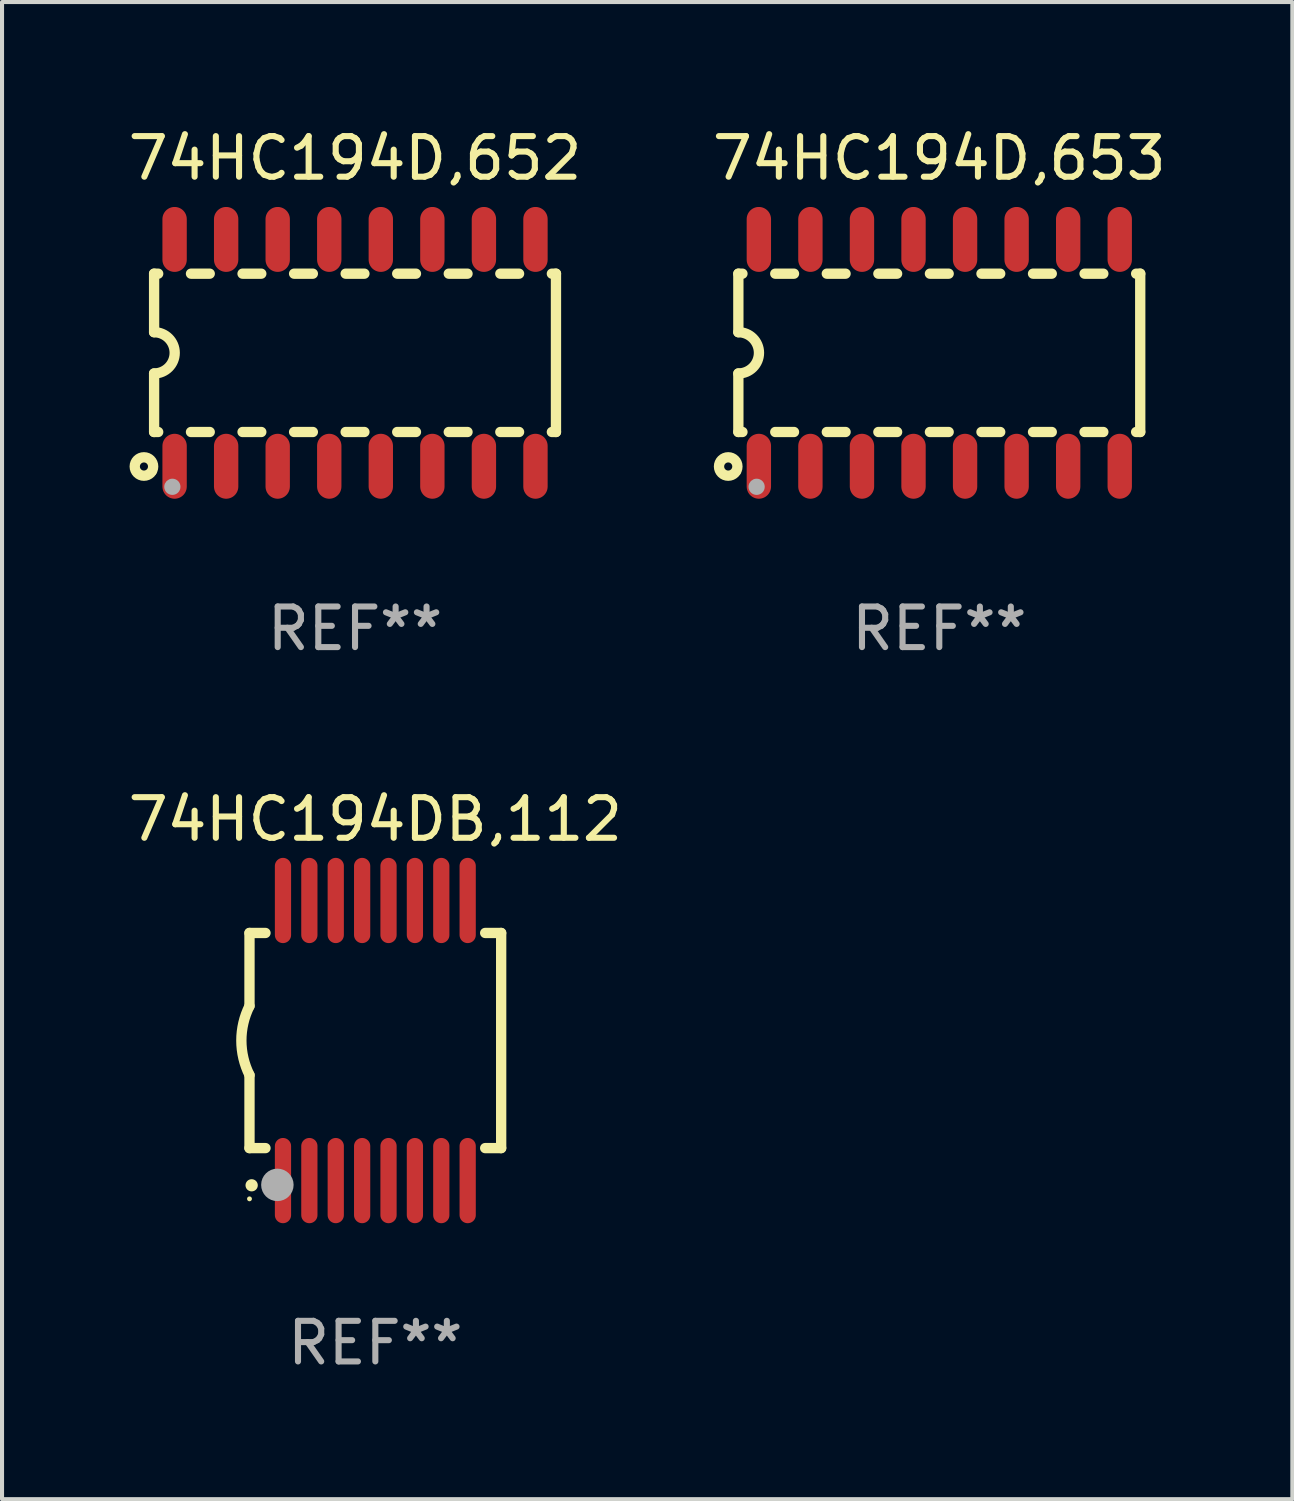
<source format=kicad_pcb>
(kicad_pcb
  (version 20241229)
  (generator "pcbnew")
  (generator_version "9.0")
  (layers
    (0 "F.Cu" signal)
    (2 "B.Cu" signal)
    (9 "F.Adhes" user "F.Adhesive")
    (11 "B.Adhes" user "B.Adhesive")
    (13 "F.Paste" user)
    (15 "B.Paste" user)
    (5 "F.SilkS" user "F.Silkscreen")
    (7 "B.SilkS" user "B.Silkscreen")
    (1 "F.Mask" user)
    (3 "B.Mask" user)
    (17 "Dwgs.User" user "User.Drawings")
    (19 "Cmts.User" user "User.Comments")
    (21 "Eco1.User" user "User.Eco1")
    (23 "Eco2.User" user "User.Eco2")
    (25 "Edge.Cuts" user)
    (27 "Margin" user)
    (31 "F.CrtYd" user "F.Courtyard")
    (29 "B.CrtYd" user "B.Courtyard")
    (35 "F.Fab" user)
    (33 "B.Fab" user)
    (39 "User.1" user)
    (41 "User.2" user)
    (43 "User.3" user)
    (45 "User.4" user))
  (footprint "74HC194D,652"
    (layer "F.Cu")
    (at 5.696 5.642)
    (property "Reference" "74HC194D,652" (at 0 -4.794 0) (layer "F.SilkS") (effects (font (size 1 1) (thickness 0.15))))
    (attr through_hole)
    (fp_line (start -4.95 -1.95) (end -4.95 -0.508) (stroke (width 0.254) (type solid)) (layer "F.SilkS"))
    (fp_line (start -4.95 -1.95) (end -4.849 -1.95) (stroke (width 0.254) (type solid)) (layer "F.SilkS"))
    (fp_line (start -4.95 1.95) (end -4.95 0.508) (stroke (width 0.254) (type solid)) (layer "F.SilkS"))
    (fp_line (start -4.95 1.95) (end -4.849 1.95) (stroke (width 0.254) (type solid)) (layer "F.SilkS"))
    (fp_line (start -4.041 -1.95) (end -3.579 -1.95) (stroke (width 0.254) (type solid)) (layer "F.SilkS"))
    (fp_line (start -4.041 1.95) (end -3.579 1.95) (stroke (width 0.254) (type solid)) (layer "F.SilkS"))
    (fp_line (start -2.771 -1.95) (end -2.309 -1.95) (stroke (width 0.254) (type solid)) (layer "F.SilkS"))
    (fp_line (start -2.771 1.95) (end -2.309 1.95) (stroke (width 0.254) (type solid)) (layer "F.SilkS"))
    (fp_line (start -1.501 -1.95) (end -1.039 -1.95) (stroke (width 0.254) (type solid)) (layer "F.SilkS"))
    (fp_line (start -1.501 1.95) (end -1.039 1.95) (stroke (width 0.254) (type solid)) (layer "F.SilkS"))
    (fp_line (start -0.231 -1.95) (end 0.231 -1.95) (stroke (width 0.254) (type solid)) (layer "F.SilkS"))
    (fp_line (start -0.231 1.95) (end 0.231 1.95) (stroke (width 0.254) (type solid)) (layer "F.SilkS"))
    (fp_line (start 1.039 -1.95) (end 1.501 -1.95) (stroke (width 0.254) (type solid)) (layer "F.SilkS"))
    (fp_line (start 1.039 1.95) (end 1.501 1.95) (stroke (width 0.254) (type solid)) (layer "F.SilkS"))
    (fp_line (start 2.309 -1.95) (end 2.771 -1.95) (stroke (width 0.254) (type solid)) (layer "F.SilkS"))
    (fp_line (start 2.309 1.95) (end 2.771 1.95) (stroke (width 0.254) (type solid)) (layer "F.SilkS"))
    (fp_line (start 3.579 -1.95) (end 4.041 -1.95) (stroke (width 0.254) (type solid)) (layer "F.SilkS"))
    (fp_line (start 3.579 1.95) (end 4.041 1.95) (stroke (width 0.254) (type solid)) (layer "F.SilkS"))
    (fp_line (start 4.849 -1.95) (end 4.95 -1.95) (stroke (width 0.254) (type solid)) (layer "F.SilkS"))
    (fp_line (start 4.849 1.95) (end 4.95 1.95) (stroke (width 0.254) (type solid)) (layer "F.SilkS"))
    (fp_line (start 4.95 -1.95) (end 4.95 1.95) (stroke (width 0.254) (type solid)) (layer "F.SilkS"))
    (fp_arc (start -4.95047 -0.508001) (mid -4.442469 -0.000228) (end -4.950013 0.508001) (stroke (width 0.254001) (type solid)) (layer "F.SilkS"))
    (fp_circle (center -5.2 2.8) (end -5.1 2.8) (stroke (width 0.254) (type solid)) (fill no) (layer "F.SilkS"))
    (fp_circle (center -4.95 2.947) (end -4.92 2.947) (stroke (width 0.06) (type solid)) (fill no) (layer "F.SilkS"))
    (fp_circle (center -4.5 3.3) (end -4.4 3.3) (stroke (width 0.2) (type solid)) (fill no) (layer "F.Fab"))
    (fp_text user "REF**" (at 0 6.794 0) (layer "F.Fab") (effects (font (size 1 1) (thickness 0.15))))
    (pad "1" smd oval (at -4.445 2.794) (size 0.6 1.6) (layers "F.Cu" "F.Mask" "F.Paste"))
    (pad "2" smd oval (at -3.175 2.794) (size 0.6 1.6) (layers "F.Cu" "F.Mask" "F.Paste"))
    (pad "3" smd oval (at -1.905 2.794) (size 0.6 1.6) (layers "F.Cu" "F.Mask" "F.Paste"))
    (pad "4" smd oval (at -0.635 2.794) (size 0.6 1.6) (layers "F.Cu" "F.Mask" "F.Paste"))
    (pad "5" smd oval (at 0.635 2.794) (size 0.6 1.6) (layers "F.Cu" "F.Mask" "F.Paste"))
    (pad "6" smd oval (at 1.905 2.794) (size 0.6 1.6) (layers "F.Cu" "F.Mask" "F.Paste"))
    (pad "7" smd oval (at 3.175 2.794) (size 0.6 1.6) (layers "F.Cu" "F.Mask" "F.Paste"))
    (pad "8" smd oval (at 4.445 2.794) (size 0.6 1.6) (layers "F.Cu" "F.Mask" "F.Paste"))
    (pad "9" smd oval (at 4.445 -2.794) (size 0.6 1.6) (layers "F.Cu" "F.Mask" "F.Paste"))
    (pad "10" smd oval (at 3.175 -2.794) (size 0.6 1.6) (layers "F.Cu" "F.Mask" "F.Paste"))
    (pad "11" smd oval (at 1.905 -2.794) (size 0.6 1.6) (layers "F.Cu" "F.Mask" "F.Paste"))
    (pad "12" smd oval (at 0.635 -2.794) (size 0.6 1.6) (layers "F.Cu" "F.Mask" "F.Paste"))
    (pad "13" smd oval (at -0.635 -2.794) (size 0.6 1.6) (layers "F.Cu" "F.Mask" "F.Paste"))
    (pad "14" smd oval (at -1.905 -2.794) (size 0.6 1.6) (layers "F.Cu" "F.Mask" "F.Paste"))
    (pad "15" smd oval (at -3.175 -2.794) (size 0.6 1.6) (layers "F.Cu" "F.Mask" "F.Paste"))
    (pad "16" smd oval (at -4.445 -2.794) (size 0.6 1.6) (layers "F.Cu" "F.Mask" "F.Paste")))
  (footprint "74HC194D,653"
    (layer "F.Cu")
    (at 20.089 5.642)
    (property "Reference" "74HC194D,653" (at 0 -4.794 0) (layer "F.SilkS") (effects (font (size 1 1) (thickness 0.15))))
    (attr through_hole)
    (fp_line (start -4.95 -1.95) (end -4.95 -0.508) (stroke (width 0.254) (type solid)) (layer "F.SilkS"))
    (fp_line (start -4.95 -1.95) (end -4.849 -1.95) (stroke (width 0.254) (type solid)) (layer "F.SilkS"))
    (fp_line (start -4.95 1.95) (end -4.95 0.508) (stroke (width 0.254) (type solid)) (layer "F.SilkS"))
    (fp_line (start -4.95 1.95) (end -4.849 1.95) (stroke (width 0.254) (type solid)) (layer "F.SilkS"))
    (fp_line (start -4.041 -1.95) (end -3.579 -1.95) (stroke (width 0.254) (type solid)) (layer "F.SilkS"))
    (fp_line (start -4.041 1.95) (end -3.579 1.95) (stroke (width 0.254) (type solid)) (layer "F.SilkS"))
    (fp_line (start -2.771 -1.95) (end -2.309 -1.95) (stroke (width 0.254) (type solid)) (layer "F.SilkS"))
    (fp_line (start -2.771 1.95) (end -2.309 1.95) (stroke (width 0.254) (type solid)) (layer "F.SilkS"))
    (fp_line (start -1.501 -1.95) (end -1.039 -1.95) (stroke (width 0.254) (type solid)) (layer "F.SilkS"))
    (fp_line (start -1.501 1.95) (end -1.039 1.95) (stroke (width 0.254) (type solid)) (layer "F.SilkS"))
    (fp_line (start -0.231 -1.95) (end 0.231 -1.95) (stroke (width 0.254) (type solid)) (layer "F.SilkS"))
    (fp_line (start -0.231 1.95) (end 0.231 1.95) (stroke (width 0.254) (type solid)) (layer "F.SilkS"))
    (fp_line (start 1.039 -1.95) (end 1.501 -1.95) (stroke (width 0.254) (type solid)) (layer "F.SilkS"))
    (fp_line (start 1.039 1.95) (end 1.501 1.95) (stroke (width 0.254) (type solid)) (layer "F.SilkS"))
    (fp_line (start 2.309 -1.95) (end 2.771 -1.95) (stroke (width 0.254) (type solid)) (layer "F.SilkS"))
    (fp_line (start 2.309 1.95) (end 2.771 1.95) (stroke (width 0.254) (type solid)) (layer "F.SilkS"))
    (fp_line (start 3.579 -1.95) (end 4.041 -1.95) (stroke (width 0.254) (type solid)) (layer "F.SilkS"))
    (fp_line (start 3.579 1.95) (end 4.041 1.95) (stroke (width 0.254) (type solid)) (layer "F.SilkS"))
    (fp_line (start 4.849 -1.95) (end 4.95 -1.95) (stroke (width 0.254) (type solid)) (layer "F.SilkS"))
    (fp_line (start 4.849 1.95) (end 4.95 1.95) (stroke (width 0.254) (type solid)) (layer "F.SilkS"))
    (fp_line (start 4.95 -1.95) (end 4.95 1.95) (stroke (width 0.254) (type solid)) (layer "F.SilkS"))
    (fp_arc (start -4.95047 -0.508001) (mid -4.442469 -0.000228) (end -4.950013 0.508001) (stroke (width 0.254001) (type solid)) (layer "F.SilkS"))
    (fp_circle (center -5.2 2.8) (end -5.1 2.8) (stroke (width 0.254) (type solid)) (fill no) (layer "F.SilkS"))
    (fp_circle (center -4.95 2.947) (end -4.92 2.947) (stroke (width 0.06) (type solid)) (fill no) (layer "F.SilkS"))
    (fp_circle (center -4.5 3.3) (end -4.4 3.3) (stroke (width 0.2) (type solid)) (fill no) (layer "F.Fab"))
    (fp_text user "REF**" (at 0 6.794 0) (layer "F.Fab") (effects (font (size 1 1) (thickness 0.15))))
    (pad "1" smd oval (at -4.445 2.794) (size 0.6 1.6) (layers "F.Cu" "F.Mask" "F.Paste"))
    (pad "2" smd oval (at -3.175 2.794) (size 0.6 1.6) (layers "F.Cu" "F.Mask" "F.Paste"))
    (pad "3" smd oval (at -1.905 2.794) (size 0.6 1.6) (layers "F.Cu" "F.Mask" "F.Paste"))
    (pad "4" smd oval (at -0.635 2.794) (size 0.6 1.6) (layers "F.Cu" "F.Mask" "F.Paste"))
    (pad "5" smd oval (at 0.635 2.794) (size 0.6 1.6) (layers "F.Cu" "F.Mask" "F.Paste"))
    (pad "6" smd oval (at 1.905 2.794) (size 0.6 1.6) (layers "F.Cu" "F.Mask" "F.Paste"))
    (pad "7" smd oval (at 3.175 2.794) (size 0.6 1.6) (layers "F.Cu" "F.Mask" "F.Paste"))
    (pad "8" smd oval (at 4.445 2.794) (size 0.6 1.6) (layers "F.Cu" "F.Mask" "F.Paste"))
    (pad "9" smd oval (at 4.445 -2.794) (size 0.6 1.6) (layers "F.Cu" "F.Mask" "F.Paste"))
    (pad "10" smd oval (at 3.175 -2.794) (size 0.6 1.6) (layers "F.Cu" "F.Mask" "F.Paste"))
    (pad "11" smd oval (at 1.905 -2.794) (size 0.6 1.6) (layers "F.Cu" "F.Mask" "F.Paste"))
    (pad "12" smd oval (at 0.635 -2.794) (size 0.6 1.6) (layers "F.Cu" "F.Mask" "F.Paste"))
    (pad "13" smd oval (at -0.635 -2.794) (size 0.6 1.6) (layers "F.Cu" "F.Mask" "F.Paste"))
    (pad "14" smd oval (at -1.905 -2.794) (size 0.6 1.6) (layers "F.Cu" "F.Mask" "F.Paste"))
    (pad "15" smd oval (at -3.175 -2.794) (size 0.6 1.6) (layers "F.Cu" "F.Mask" "F.Paste"))
    (pad "16" smd oval (at -4.445 -2.794) (size 0.6 1.6) (layers "F.Cu" "F.Mask" "F.Paste")))
  (footprint "74HC194DB,112"
    (layer "F.Cu")
    (at 6.196 22.583)
    (property "Reference" "74HC194DB,112" (at 0 -5.45 0) (layer "F.SilkS") (effects (font (size 1 1) (thickness 0.15))))
    (attr through_hole)
    (fp_line (start -3.1 -2.65) (end -3.1 -0.85) (stroke (width 0.254) (type solid)) (layer "F.SilkS"))
    (fp_line (start -3.1 -2.65) (end -2.706 -2.65) (stroke (width 0.254) (type solid)) (layer "F.SilkS"))
    (fp_line (start -3.1 2.65) (end -3.1 0.85) (stroke (width 0.254) (type solid)) (layer "F.SilkS"))
    (fp_line (start -3.1 2.65) (end -2.706 2.65) (stroke (width 0.254) (type solid)) (layer "F.SilkS"))
    (fp_line (start 2.706 -2.65) (end 3.1 -2.65) (stroke (width 0.254) (type solid)) (layer "F.SilkS"))
    (fp_line (start 2.706 2.65) (end 3.1 2.65) (stroke (width 0.254) (type solid)) (layer "F.SilkS"))
    (fp_line (start 3.1 -2.65) (end 3.1 2.65) (stroke (width 0.254) (type solid)) (layer "F.SilkS"))
    (fp_arc (start -3.098907 0.850902) (mid -3.300057 0.000523) (end -3.1 -0.850114) (stroke (width 0.254001) (type solid)) (layer "F.SilkS"))
    (fp_arc (start -3.048006 3.566066) (mid -3.046736 3.566061) (end -3.045466 3.566066) (stroke (width 0.3) (type solid)) (layer "F.SilkS"))
    (fp_circle (center -3.1 3.9) (end -3.07 3.9) (stroke (width 0.06) (type solid)) (fill no) (layer "F.SilkS"))
    (fp_circle (center -2.413 3.556) (end -2.213 3.556) (stroke (width 0.4) (type solid)) (fill no) (layer "F.Fab"))
    (fp_text user "REF**" (at 0 7.45 0) (layer "F.Fab") (effects (font (size 1 1) (thickness 0.15))))
    (pad "1" smd oval (at -2.275 3.45 180) (size 0.4 2.1) (layers "F.Cu" "F.Mask" "F.Paste"))
    (pad "2" smd oval (at -1.625 3.45 180) (size 0.4 2.1) (layers "F.Cu" "F.Mask" "F.Paste"))
    (pad "3" smd oval (at -0.975 3.45 180) (size 0.4 2.1) (layers "F.Cu" "F.Mask" "F.Paste"))
    (pad "4" smd oval (at -0.325 3.45 180) (size 0.4 2.1) (layers "F.Cu" "F.Mask" "F.Paste"))
    (pad "5" smd oval (at 0.325 3.45 180) (size 0.4 2.1) (layers "F.Cu" "F.Mask" "F.Paste"))
    (pad "6" smd oval (at 0.975 3.45 180) (size 0.4 2.1) (layers "F.Cu" "F.Mask" "F.Paste"))
    (pad "7" smd oval (at 1.625 3.45 180) (size 0.4 2.1) (layers "F.Cu" "F.Mask" "F.Paste"))
    (pad "8" smd oval (at 2.275 3.45 180) (size 0.4 2.1) (layers "F.Cu" "F.Mask" "F.Paste"))
    (pad "9" smd oval (at 2.275 -3.45 180) (size 0.4 2.1) (layers "F.Cu" "F.Mask" "F.Paste"))
    (pad "10" smd oval (at 1.625 -3.45 180) (size 0.4 2.1) (layers "F.Cu" "F.Mask" "F.Paste"))
    (pad "11" smd oval (at 0.975 -3.45 180) (size 0.4 2.1) (layers "F.Cu" "F.Mask" "F.Paste"))
    (pad "12" smd oval (at 0.325 -3.45 180) (size 0.4 2.1) (layers "F.Cu" "F.Mask" "F.Paste"))
    (pad "13" smd oval (at -0.325 -3.45 180) (size 0.4 2.1) (layers "F.Cu" "F.Mask" "F.Paste"))
    (pad "14" smd oval (at -0.975 -3.45 180) (size 0.4 2.1) (layers "F.Cu" "F.Mask" "F.Paste"))
    (pad "15" smd oval (at -1.625 -3.45 180) (size 0.4 2.1) (layers "F.Cu" "F.Mask" "F.Paste"))
    (pad "16" smd oval (at -2.275 -3.45 180) (size 0.4 2.1) (layers "F.Cu" "F.Mask" "F.Paste")))
  (gr_rect
    (start -3 -3)
    (end 28.786 33.881)
    (stroke (width 0.1) (type default))
    (fill no)
    (layer "Edge.Cuts")))
</source>
